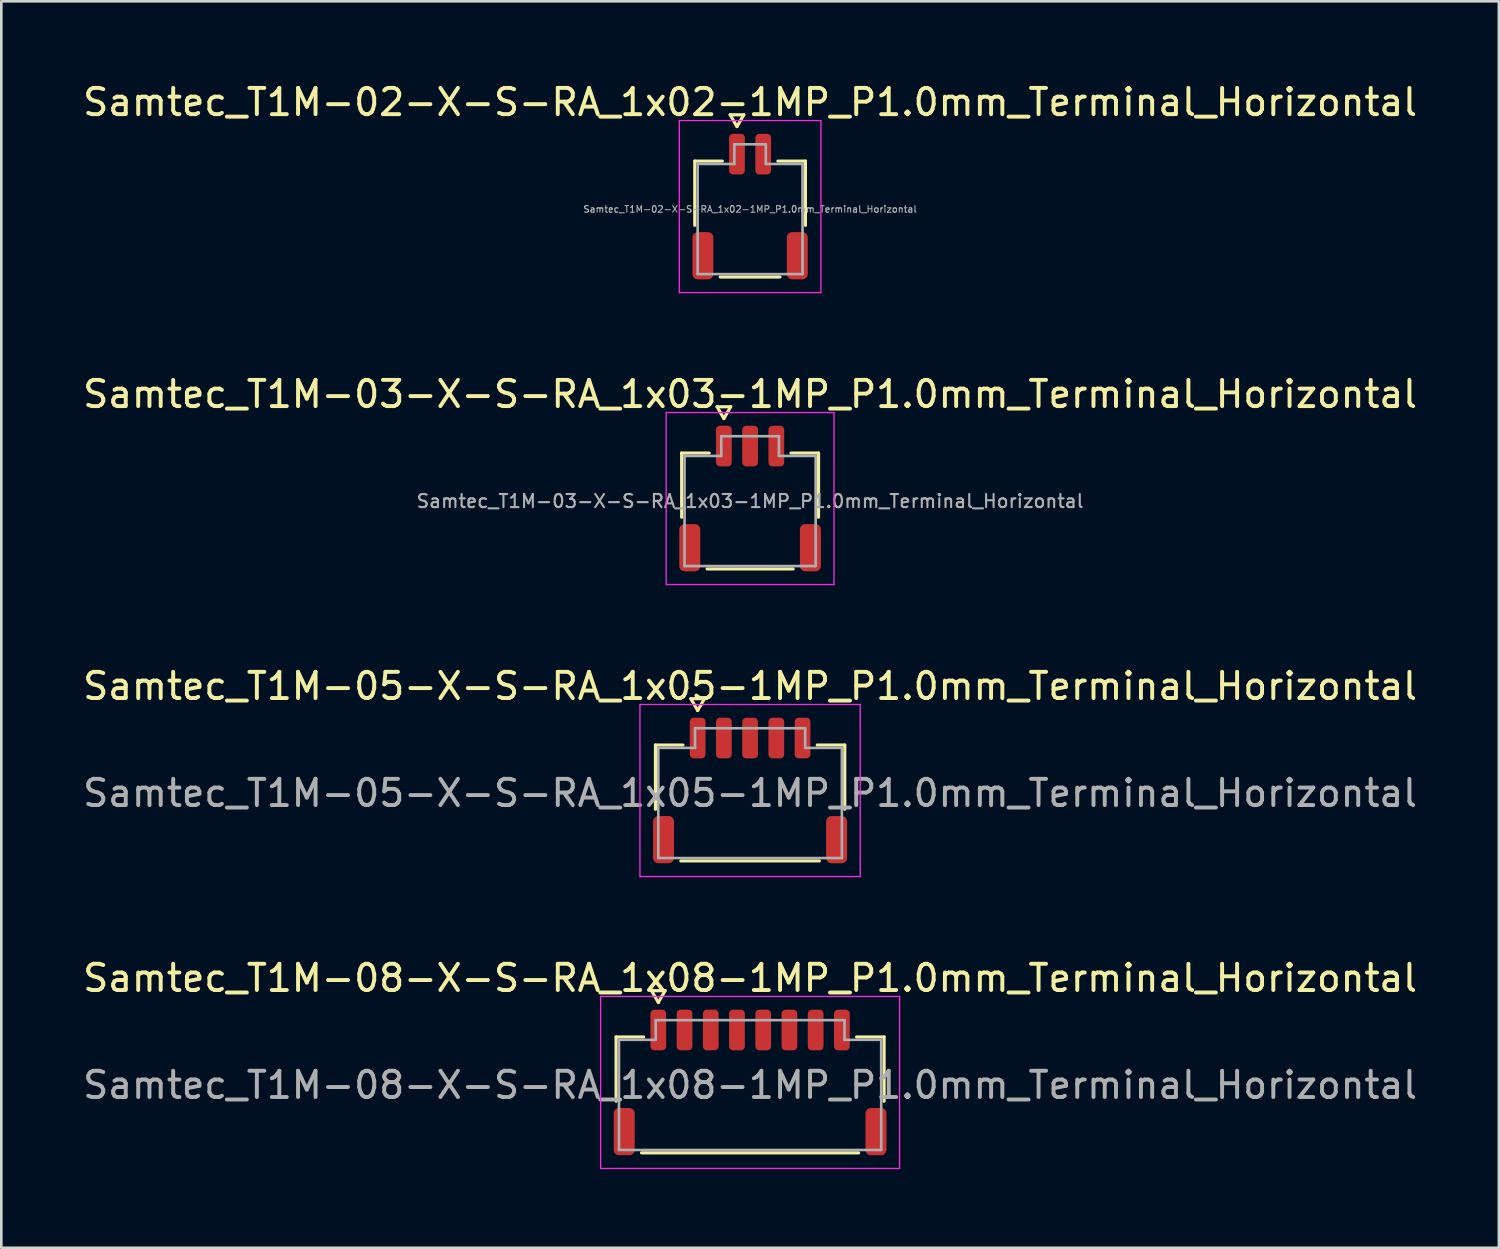
<source format=kicad_pcb>
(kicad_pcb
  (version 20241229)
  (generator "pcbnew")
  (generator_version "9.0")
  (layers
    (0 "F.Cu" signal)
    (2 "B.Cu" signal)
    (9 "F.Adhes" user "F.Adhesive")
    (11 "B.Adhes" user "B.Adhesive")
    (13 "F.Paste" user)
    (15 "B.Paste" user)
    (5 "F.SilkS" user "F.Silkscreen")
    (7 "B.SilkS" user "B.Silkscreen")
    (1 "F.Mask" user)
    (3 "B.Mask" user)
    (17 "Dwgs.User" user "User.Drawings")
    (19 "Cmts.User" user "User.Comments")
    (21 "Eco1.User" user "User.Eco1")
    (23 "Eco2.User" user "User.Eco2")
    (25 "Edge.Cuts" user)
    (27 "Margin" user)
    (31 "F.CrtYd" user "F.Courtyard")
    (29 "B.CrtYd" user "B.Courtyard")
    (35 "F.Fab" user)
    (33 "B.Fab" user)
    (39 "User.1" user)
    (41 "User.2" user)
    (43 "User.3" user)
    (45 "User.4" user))
  (footprint "Samtec_T1M-02-X-S-RA_1x02-1MP_P1.0mm_Terminal_Horizontal"
    (layer "F.Cu")
    (at 25.554 4.928)
    (property "Reference" "Samtec_T1M-02-X-S-RA_1x02-1MP_P1.0mm_Terminal_Horizontal" (at 0 -4.08 0) (layer "F.SilkS") (effects (font (size 1 1) (thickness 0.15))))
    (attr smd)
    (fp_line (start -2.11 -1.835) (end -1.06 -1.835) (stroke (width 0.12) (type solid)) (layer "F.SilkS"))
    (fp_line (start -2.11 0.615) (end -2.11 -1.835) (stroke (width 0.12) (type solid)) (layer "F.SilkS"))
    (fp_line (start -0.76 -3.6) (end -0.5 -3.15) (stroke (width 0.12) (type solid)) (layer "F.SilkS"))
    (fp_line (start -0.5 -3.15) (end -0.24 -3.6) (stroke (width 0.12) (type solid)) (layer "F.SilkS"))
    (fp_line (start -0.24 -3.6) (end -0.76 -3.6) (stroke (width 0.12) (type solid)) (layer "F.SilkS"))
    (fp_line (start 1.06 -1.835) (end 2.11 -1.835) (stroke (width 0.12) (type solid)) (layer "F.SilkS"))
    (fp_line (start 1.14 2.585) (end -1.14 2.585) (stroke (width 0.12) (type solid)) (layer "F.SilkS"))
    (fp_line (start 2.11 -1.835) (end 2.11 0.615) (stroke (width 0.12) (type solid)) (layer "F.SilkS"))
    (fp_line (start -2.7 -3.38) (end -2.7 3.18) (stroke (width 0.05) (type solid)) (layer "F.CrtYd"))
    (fp_line (start -2.7 3.18) (end 2.7 3.18) (stroke (width 0.05) (type solid)) (layer "F.CrtYd"))
    (fp_line (start 2.7 -3.38) (end -2.7 -3.38) (stroke (width 0.05) (type solid)) (layer "F.CrtYd"))
    (fp_line (start 2.7 3.18) (end 2.7 -3.38) (stroke (width 0.05) (type solid)) (layer "F.CrtYd"))
    (fp_line (start -2 -1.725) (end -0.6 -1.725) (stroke (width 0.1) (type solid)) (layer "F.Fab"))
    (fp_line (start -2 2.475) (end -2 -1.725) (stroke (width 0.1) (type solid)) (layer "F.Fab"))
    (fp_line (start -0.6 -2.475) (end 0.6 -2.475) (stroke (width 0.1) (type solid)) (layer "F.Fab"))
    (fp_line (start -0.6 -1.725) (end -0.6 -2.475) (stroke (width 0.1) (type solid)) (layer "F.Fab"))
    (fp_line (start 0.6 -2.475) (end 0.6 -1.725) (stroke (width 0.1) (type solid)) (layer "F.Fab"))
    (fp_line (start 0.6 -1.725) (end 2 -1.725) (stroke (width 0.1) (type solid)) (layer "F.Fab"))
    (fp_line (start 2 -1.725) (end 2 2.475) (stroke (width 0.1) (type solid)) (layer "F.Fab"))
    (fp_line (start 2 2.475) (end -2 2.475) (stroke (width 0.1) (type solid)) (layer "F.Fab"))
    (fp_text user "${REFERENCE}" (at 0 0 0) (layer "F.Fab") (effects (font (size 0.25 0.25) (thickness 0.04))))
    (pad "1" smd roundrect (at -0.5 -2.1) (size 0.6 1.55) (layers "F.Cu" "F.Mask" "F.Paste") (roundrect_rratio 0.25))
    (pad "2" smd roundrect (at 0.5 -2.1) (size 0.6 1.55) (layers "F.Cu" "F.Mask" "F.Paste") (roundrect_rratio 0.25))
    (pad "MP" smd roundrect (at -1.8 1.775) (size 0.8 1.8) (layers "F.Cu" "F.Mask" "F.Paste") (roundrect_rratio 0.25))
    (pad "MP" smd roundrect (at 1.8 1.775) (size 0.8 1.8) (layers "F.Cu" "F.Mask" "F.Paste") (roundrect_rratio 0.25)))
  (footprint "Samtec_T1M-03-X-S-RA_1x03-1MP_P1.0mm_Terminal_Horizontal"
    (layer "F.Cu")
    (at 25.554 16.061)
    (property "Reference" "Samtec_T1M-03-X-S-RA_1x03-1MP_P1.0mm_Terminal_Horizontal" (at 0 -4.08 0) (layer "F.SilkS") (effects (font (size 1 1) (thickness 0.15))))
    (attr smd)
    (fp_line (start -2.61 -1.835) (end -1.56 -1.835) (stroke (width 0.12) (type solid)) (layer "F.SilkS"))
    (fp_line (start -2.61 0.615) (end -2.61 -1.835) (stroke (width 0.12) (type solid)) (layer "F.SilkS"))
    (fp_line (start -1.26 -3.6) (end -1 -3.15) (stroke (width 0.12) (type solid)) (layer "F.SilkS"))
    (fp_line (start -1 -3.15) (end -0.74 -3.6) (stroke (width 0.12) (type solid)) (layer "F.SilkS"))
    (fp_line (start -0.74 -3.6) (end -1.26 -3.6) (stroke (width 0.12) (type solid)) (layer "F.SilkS"))
    (fp_line (start 1.56 -1.835) (end 2.61 -1.835) (stroke (width 0.12) (type solid)) (layer "F.SilkS"))
    (fp_line (start 1.64 2.585) (end -1.64 2.585) (stroke (width 0.12) (type solid)) (layer "F.SilkS"))
    (fp_line (start 2.61 -1.835) (end 2.61 0.615) (stroke (width 0.12) (type solid)) (layer "F.SilkS"))
    (fp_line (start -3.2 -3.38) (end -3.2 3.18) (stroke (width 0.05) (type solid)) (layer "F.CrtYd"))
    (fp_line (start -3.2 3.18) (end 3.2 3.18) (stroke (width 0.05) (type solid)) (layer "F.CrtYd"))
    (fp_line (start 3.2 -3.38) (end -3.2 -3.38) (stroke (width 0.05) (type solid)) (layer "F.CrtYd"))
    (fp_line (start 3.2 3.18) (end 3.2 -3.38) (stroke (width 0.05) (type solid)) (layer "F.CrtYd"))
    (fp_line (start -2.5 -1.725) (end -1.1 -1.725) (stroke (width 0.1) (type solid)) (layer "F.Fab"))
    (fp_line (start -2.5 2.475) (end -2.5 -1.725) (stroke (width 0.1) (type solid)) (layer "F.Fab"))
    (fp_line (start -1.1 -2.475) (end 1.1 -2.475) (stroke (width 0.1) (type solid)) (layer "F.Fab"))
    (fp_line (start -1.1 -1.725) (end -1.1 -2.475) (stroke (width 0.1) (type solid)) (layer "F.Fab"))
    (fp_line (start 1.1 -2.475) (end 1.1 -1.725) (stroke (width 0.1) (type solid)) (layer "F.Fab"))
    (fp_line (start 1.1 -1.725) (end 2.5 -1.725) (stroke (width 0.1) (type solid)) (layer "F.Fab"))
    (fp_line (start 2.5 -1.725) (end 2.5 2.475) (stroke (width 0.1) (type solid)) (layer "F.Fab"))
    (fp_line (start 2.5 2.475) (end -2.5 2.475) (stroke (width 0.1) (type solid)) (layer "F.Fab"))
    (fp_text user "${REFERENCE}" (at 0 0 0) (layer "F.Fab") (effects (font (size 0.5 0.5) (thickness 0.08))))
    (pad "1" smd roundrect (at -1 -2.1) (size 0.6 1.55) (layers "F.Cu" "F.Mask" "F.Paste") (roundrect_rratio 0.25))
    (pad "2" smd roundrect (at 0 -2.1) (size 0.6 1.55) (layers "F.Cu" "F.Mask" "F.Paste") (roundrect_rratio 0.25))
    (pad "3" smd roundrect (at 1 -2.1) (size 0.6 1.55) (layers "F.Cu" "F.Mask" "F.Paste") (roundrect_rratio 0.25))
    (pad "MP" smd roundrect (at -2.3 1.775) (size 0.8 1.8) (layers "F.Cu" "F.Mask" "F.Paste") (roundrect_rratio 0.25))
    (pad "MP" smd roundrect (at 2.3 1.775) (size 0.8 1.8) (layers "F.Cu" "F.Mask" "F.Paste") (roundrect_rratio 0.25)))
  (footprint "Samtec_T1M-05-X-S-RA_1x05-1MP_P1.0mm_Terminal_Horizontal"
    (layer "F.Cu")
    (at 25.554 27.195)
    (property "Reference" "Samtec_T1M-05-X-S-RA_1x05-1MP_P1.0mm_Terminal_Horizontal" (at 0 -4.08 0) (layer "F.SilkS") (effects (font (size 1 1) (thickness 0.15))))
    (attr smd)
    (fp_line (start -3.61 -1.835) (end -2.56 -1.835) (stroke (width 0.12) (type solid)) (layer "F.SilkS"))
    (fp_line (start -3.61 0.615) (end -3.61 -1.835) (stroke (width 0.12) (type solid)) (layer "F.SilkS"))
    (fp_line (start -2.26 -3.6) (end -2 -3.15) (stroke (width 0.12) (type solid)) (layer "F.SilkS"))
    (fp_line (start -2 -3.15) (end -1.74 -3.6) (stroke (width 0.12) (type solid)) (layer "F.SilkS"))
    (fp_line (start -1.74 -3.6) (end -2.26 -3.6) (stroke (width 0.12) (type solid)) (layer "F.SilkS"))
    (fp_line (start 2.56 -1.835) (end 3.61 -1.835) (stroke (width 0.12) (type solid)) (layer "F.SilkS"))
    (fp_line (start 2.64 2.585) (end -2.64 2.585) (stroke (width 0.12) (type solid)) (layer "F.SilkS"))
    (fp_line (start 3.61 -1.835) (end 3.61 0.615) (stroke (width 0.12) (type solid)) (layer "F.SilkS"))
    (fp_line (start -4.2 -3.38) (end -4.2 3.18) (stroke (width 0.05) (type solid)) (layer "F.CrtYd"))
    (fp_line (start -4.2 3.18) (end 4.2 3.18) (stroke (width 0.05) (type solid)) (layer "F.CrtYd"))
    (fp_line (start 4.2 -3.38) (end -4.2 -3.38) (stroke (width 0.05) (type solid)) (layer "F.CrtYd"))
    (fp_line (start 4.2 3.18) (end 4.2 -3.38) (stroke (width 0.05) (type solid)) (layer "F.CrtYd"))
    (fp_line (start -3.5 -1.725) (end -2.1 -1.725) (stroke (width 0.1) (type solid)) (layer "F.Fab"))
    (fp_line (start -3.5 2.475) (end -3.5 -1.725) (stroke (width 0.1) (type solid)) (layer "F.Fab"))
    (fp_line (start -2.1 -2.475) (end 2.1 -2.475) (stroke (width 0.1) (type solid)) (layer "F.Fab"))
    (fp_line (start -2.1 -1.725) (end -2.1 -2.475) (stroke (width 0.1) (type solid)) (layer "F.Fab"))
    (fp_line (start 2.1 -2.475) (end 2.1 -1.725) (stroke (width 0.1) (type solid)) (layer "F.Fab"))
    (fp_line (start 2.1 -1.725) (end 3.5 -1.725) (stroke (width 0.1) (type solid)) (layer "F.Fab"))
    (fp_line (start 3.5 -1.725) (end 3.5 2.475) (stroke (width 0.1) (type solid)) (layer "F.Fab"))
    (fp_line (start 3.5 2.475) (end -3.5 2.475) (stroke (width 0.1) (type solid)) (layer "F.Fab"))
    (fp_text user "${REFERENCE}" (at 0 0 0) (layer "F.Fab") (effects (font (size 1 1) (thickness 0.15))))
    (pad "1" smd roundrect (at -2 -2.1) (size 0.6 1.55) (layers "F.Cu" "F.Mask" "F.Paste") (roundrect_rratio 0.25))
    (pad "2" smd roundrect (at -1 -2.1) (size 0.6 1.55) (layers "F.Cu" "F.Mask" "F.Paste") (roundrect_rratio 0.25))
    (pad "3" smd roundrect (at 0 -2.1) (size 0.6 1.55) (layers "F.Cu" "F.Mask" "F.Paste") (roundrect_rratio 0.25))
    (pad "4" smd roundrect (at 1 -2.1) (size 0.6 1.55) (layers "F.Cu" "F.Mask" "F.Paste") (roundrect_rratio 0.25))
    (pad "5" smd roundrect (at 2 -2.1) (size 0.6 1.55) (layers "F.Cu" "F.Mask" "F.Paste") (roundrect_rratio 0.25))
    (pad "MP" smd roundrect (at -3.3 1.775) (size 0.8 1.8) (layers "F.Cu" "F.Mask" "F.Paste") (roundrect_rratio 0.25))
    (pad "MP" smd roundrect (at 3.3 1.775) (size 0.8 1.8) (layers "F.Cu" "F.Mask" "F.Paste") (roundrect_rratio 0.25)))
  (footprint "Samtec_T1M-08-X-S-RA_1x08-1MP_P1.0mm_Terminal_Horizontal"
    (layer "F.Cu")
    (at 25.554 38.328)
    (property "Reference" "Samtec_T1M-08-X-S-RA_1x08-1MP_P1.0mm_Terminal_Horizontal" (at 0 -4.08 0) (layer "F.SilkS") (effects (font (size 1 1) (thickness 0.15))))
    (attr smd)
    (fp_line (start -5.11 -1.835) (end -4.06 -1.835) (stroke (width 0.12) (type solid)) (layer "F.SilkS"))
    (fp_line (start -5.11 0.615) (end -5.11 -1.835) (stroke (width 0.12) (type solid)) (layer "F.SilkS"))
    (fp_line (start -3.76 -3.6) (end -3.5 -3.15) (stroke (width 0.12) (type solid)) (layer "F.SilkS"))
    (fp_line (start -3.5 -3.15) (end -3.24 -3.6) (stroke (width 0.12) (type solid)) (layer "F.SilkS"))
    (fp_line (start -3.24 -3.6) (end -3.76 -3.6) (stroke (width 0.12) (type solid)) (layer "F.SilkS"))
    (fp_line (start 4.06 -1.835) (end 5.11 -1.835) (stroke (width 0.12) (type solid)) (layer "F.SilkS"))
    (fp_line (start 4.14 2.585) (end -4.14 2.585) (stroke (width 0.12) (type solid)) (layer "F.SilkS"))
    (fp_line (start 5.11 -1.835) (end 5.11 0.615) (stroke (width 0.12) (type solid)) (layer "F.SilkS"))
    (fp_line (start -5.7 -3.38) (end -5.7 3.18) (stroke (width 0.05) (type solid)) (layer "F.CrtYd"))
    (fp_line (start -5.7 3.18) (end 5.7 3.18) (stroke (width 0.05) (type solid)) (layer "F.CrtYd"))
    (fp_line (start 5.7 -3.38) (end -5.7 -3.38) (stroke (width 0.05) (type solid)) (layer "F.CrtYd"))
    (fp_line (start 5.7 3.18) (end 5.7 -3.38) (stroke (width 0.05) (type solid)) (layer "F.CrtYd"))
    (fp_line (start -5 -1.725) (end -3.6 -1.725) (stroke (width 0.1) (type solid)) (layer "F.Fab"))
    (fp_line (start -5 2.475) (end -5 -1.725) (stroke (width 0.1) (type solid)) (layer "F.Fab"))
    (fp_line (start -3.6 -2.475) (end 3.6 -2.475) (stroke (width 0.1) (type solid)) (layer "F.Fab"))
    (fp_line (start -3.6 -1.725) (end -3.6 -2.475) (stroke (width 0.1) (type solid)) (layer "F.Fab"))
    (fp_line (start 3.6 -2.475) (end 3.6 -1.725) (stroke (width 0.1) (type solid)) (layer "F.Fab"))
    (fp_line (start 3.6 -1.725) (end 5 -1.725) (stroke (width 0.1) (type solid)) (layer "F.Fab"))
    (fp_line (start 5 -1.725) (end 5 2.475) (stroke (width 0.1) (type solid)) (layer "F.Fab"))
    (fp_line (start 5 2.475) (end -5 2.475) (stroke (width 0.1) (type solid)) (layer "F.Fab"))
    (fp_text user "${REFERENCE}" (at 0 0 0) (layer "F.Fab") (effects (font (size 1 1) (thickness 0.15))))
    (pad "1" smd roundrect (at -3.5 -2.1) (size 0.6 1.55) (layers "F.Cu" "F.Mask" "F.Paste") (roundrect_rratio 0.25))
    (pad "2" smd roundrect (at -2.5 -2.1) (size 0.6 1.55) (layers "F.Cu" "F.Mask" "F.Paste") (roundrect_rratio 0.25))
    (pad "3" smd roundrect (at -1.5 -2.1) (size 0.6 1.55) (layers "F.Cu" "F.Mask" "F.Paste") (roundrect_rratio 0.25))
    (pad "4" smd roundrect (at -0.5 -2.1) (size 0.6 1.55) (layers "F.Cu" "F.Mask" "F.Paste") (roundrect_rratio 0.25))
    (pad "5" smd roundrect (at 0.5 -2.1) (size 0.6 1.55) (layers "F.Cu" "F.Mask" "F.Paste") (roundrect_rratio 0.25))
    (pad "6" smd roundrect (at 1.5 -2.1) (size 0.6 1.55) (layers "F.Cu" "F.Mask" "F.Paste") (roundrect_rratio 0.25))
    (pad "7" smd roundrect (at 2.5 -2.1) (size 0.6 1.55) (layers "F.Cu" "F.Mask" "F.Paste") (roundrect_rratio 0.25))
    (pad "8" smd roundrect (at 3.5 -2.1) (size 0.6 1.55) (layers "F.Cu" "F.Mask" "F.Paste") (roundrect_rratio 0.25))
    (pad "MP" smd roundrect (at -4.8 1.775) (size 0.8 1.8) (layers "F.Cu" "F.Mask" "F.Paste") (roundrect_rratio 0.25))
    (pad "MP" smd roundrect (at 4.8 1.775) (size 0.8 1.8) (layers "F.Cu" "F.Mask" "F.Paste") (roundrect_rratio 0.25)))
  (gr_rect
    (start -3 -3)
    (end 54.107 44.533)
    (stroke (width 0.1) (type default))
    (fill no)
    (layer "Edge.Cuts")))
</source>
